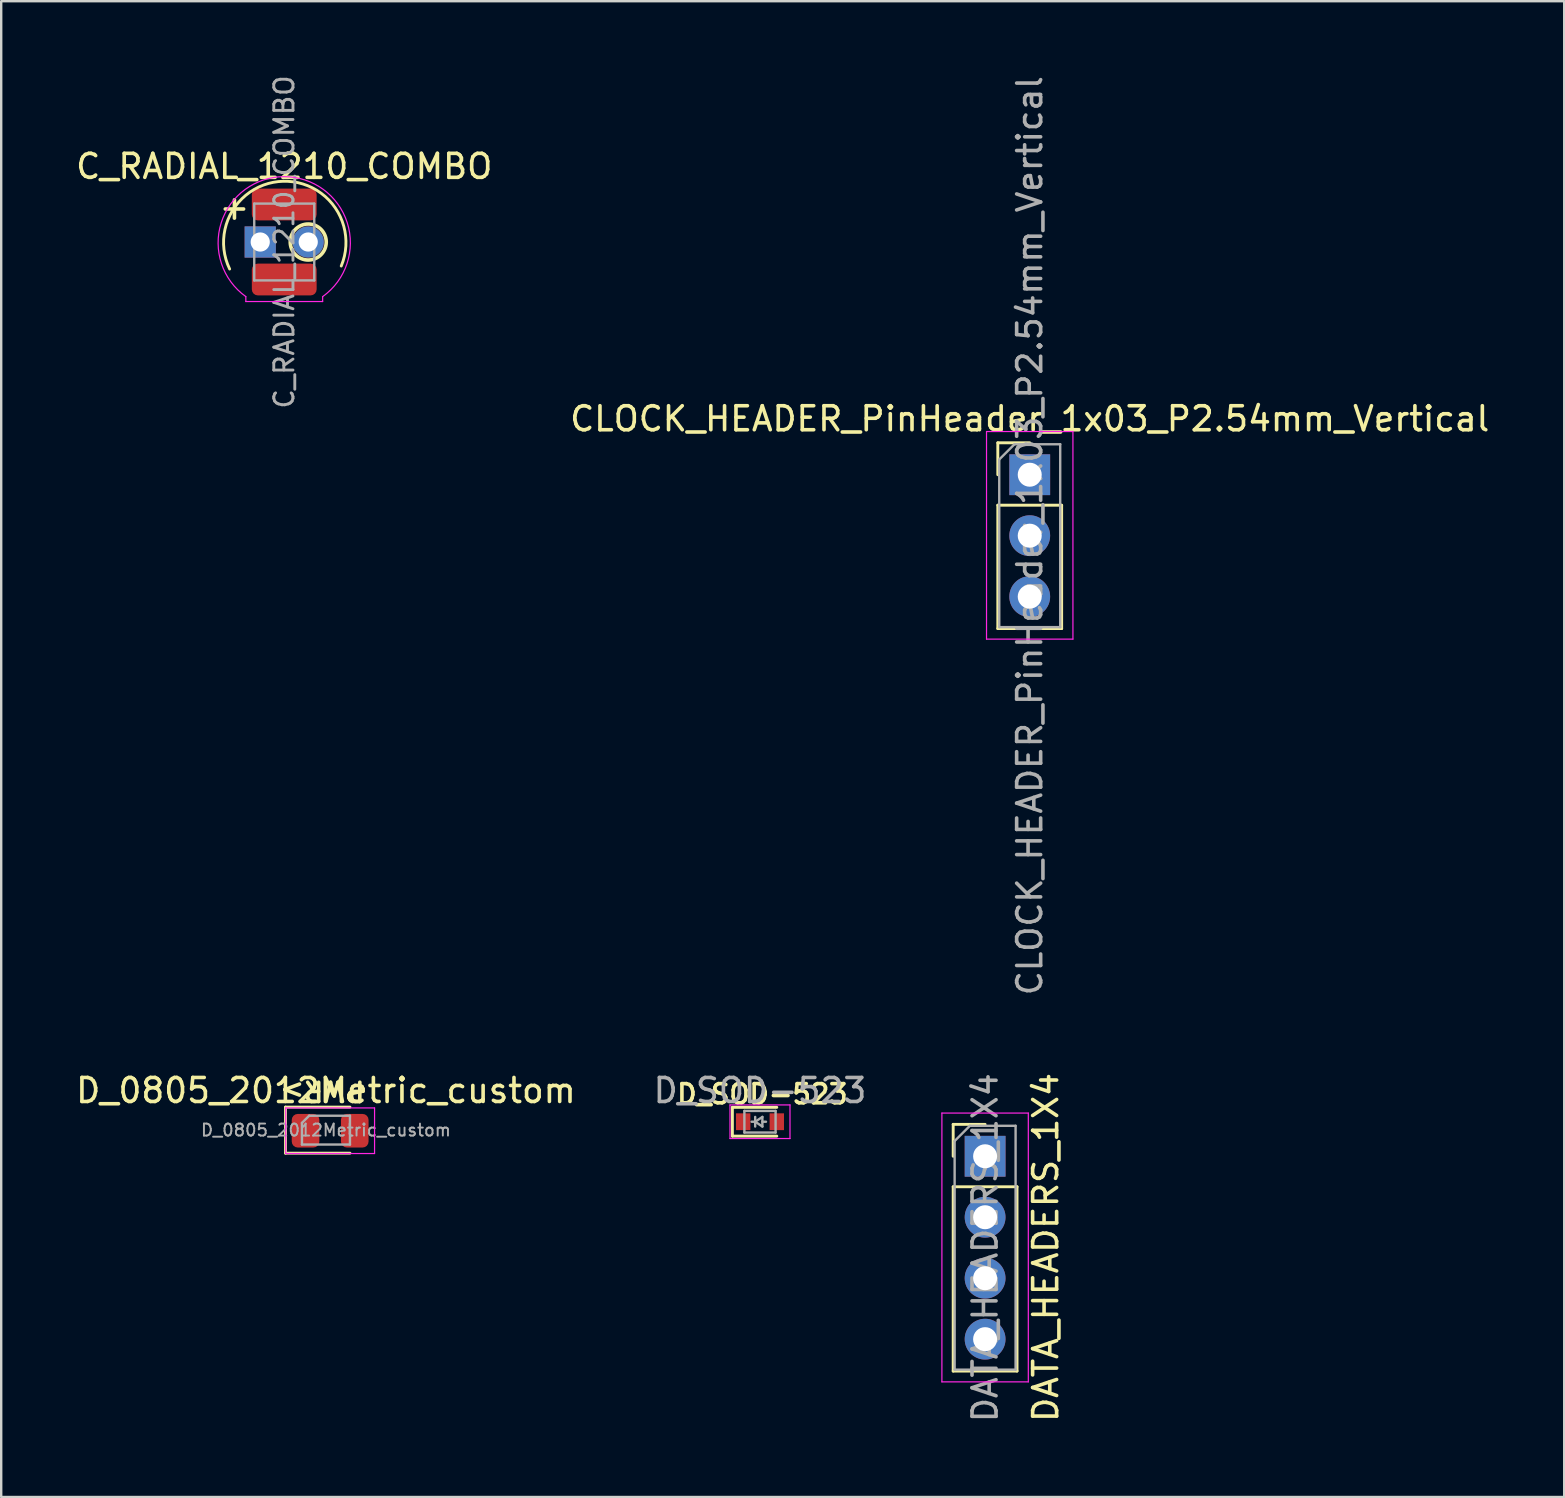
<source format=kicad_pcb>
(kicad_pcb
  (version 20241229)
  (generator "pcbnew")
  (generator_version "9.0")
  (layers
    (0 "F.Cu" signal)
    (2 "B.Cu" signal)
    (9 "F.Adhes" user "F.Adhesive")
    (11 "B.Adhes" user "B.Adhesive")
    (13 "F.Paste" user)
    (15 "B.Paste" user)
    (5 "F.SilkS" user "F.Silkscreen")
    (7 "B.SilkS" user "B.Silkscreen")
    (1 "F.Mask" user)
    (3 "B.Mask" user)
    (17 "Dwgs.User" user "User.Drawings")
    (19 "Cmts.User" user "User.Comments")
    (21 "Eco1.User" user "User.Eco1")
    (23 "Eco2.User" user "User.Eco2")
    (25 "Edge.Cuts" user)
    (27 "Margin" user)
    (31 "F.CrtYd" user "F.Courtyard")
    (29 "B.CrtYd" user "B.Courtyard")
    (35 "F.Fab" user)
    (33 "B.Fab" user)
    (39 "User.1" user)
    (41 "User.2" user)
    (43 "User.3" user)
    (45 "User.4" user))
  (footprint "D_SOD-523"
    (layer "F.Cu")
    (at 28.613 43.684)
    (property "Reference" "D_SOD-523" (at 0.1 -1.15 0) (layer "F.SilkS") (effects (font (size 0.8 0.8) (thickness 0.15))))
    (attr smd)
    (fp_line (start -1.15 -0.6) (end -1.15 0.6) (stroke (width 0.12) (type solid)) (layer "F.SilkS"))
    (fp_line (start 0.7 -0.6) (end -1.15 -0.6) (stroke (width 0.12) (type solid)) (layer "F.SilkS"))
    (fp_line (start 0.7 0.6) (end -1.15 0.6) (stroke (width 0.12) (type solid)) (layer "F.SilkS"))
    (fp_line (start -1.25 -0.7) (end 1.25 -0.7) (stroke (width 0.05) (type solid)) (layer "F.CrtYd"))
    (fp_line (start -1.25 0.7) (end -1.25 -0.7) (stroke (width 0.05) (type solid)) (layer "F.CrtYd"))
    (fp_line (start 1.25 -0.7) (end 1.25 0.7) (stroke (width 0.05) (type solid)) (layer "F.CrtYd"))
    (fp_line (start 1.25 0.7) (end -1.25 0.7) (stroke (width 0.05) (type solid)) (layer "F.CrtYd"))
    (fp_line (start -0.65 -0.45) (end 0.65 -0.45) (stroke (width 0.1) (type solid)) (layer "F.Fab"))
    (fp_line (start -0.65 0.45) (end -0.65 -0.45) (stroke (width 0.1) (type solid)) (layer "F.Fab"))
    (fp_line (start -0.2 0) (end -0.35 0) (stroke (width 0.1) (type solid)) (layer "F.Fab"))
    (fp_line (start -0.2 0) (end 0.1 0.2) (stroke (width 0.1) (type solid)) (layer "F.Fab"))
    (fp_line (start -0.2 0.2) (end -0.2 -0.2) (stroke (width 0.1) (type solid)) (layer "F.Fab"))
    (fp_line (start 0.1 -0.2) (end -0.2 0) (stroke (width 0.1) (type solid)) (layer "F.Fab"))
    (fp_line (start 0.1 0) (end 0.25 0) (stroke (width 0.1) (type solid)) (layer "F.Fab"))
    (fp_line (start 0.1 0.2) (end 0.1 -0.2) (stroke (width 0.1) (type solid)) (layer "F.Fab"))
    (fp_line (start 0.65 -0.45) (end 0.65 0.45) (stroke (width 0.1) (type solid)) (layer "F.Fab"))
    (fp_line (start 0.65 0.45) (end -0.65 0.45) (stroke (width 0.1) (type solid)) (layer "F.Fab"))
    (fp_text user "${REFERENCE}" (at 0 -1.3 0) (layer "F.Fab") (effects (font (size 1 1) (thickness 0.15))))
    (pad "1" smd rect (at -0.7 0 180) (size 0.6 0.7) (layers "F.Cu" "F.Mask" "F.Paste"))
    (pad "2" smd rect (at 0.7 0 180) (size 0.6 0.7) (layers "F.Cu" "F.Mask" "F.Paste")))
  (footprint "DATA_HEADERS_1X4"
    (layer "F.Cu")
    (at 37.992 45.123)
    (property "Reference" "DATA_HEADERS_1X4" (at 2.525 3.8 270) (layer "F.SilkS") (effects (font (size 1 1) (thickness 0.15))))
    (attr through_hole exclude_from_bom)
    (fp_line (start -1.33 -1.33) (end 0 -1.33) (stroke (width 0.12) (type solid)) (layer "F.SilkS"))
    (fp_line (start -1.33 0) (end -1.33 -1.33) (stroke (width 0.12) (type solid)) (layer "F.SilkS"))
    (fp_line (start -1.33 1.27) (end -1.33 8.95) (stroke (width 0.12) (type solid)) (layer "F.SilkS"))
    (fp_line (start -1.33 1.27) (end 1.33 1.27) (stroke (width 0.12) (type solid)) (layer "F.SilkS"))
    (fp_line (start -1.33 8.95) (end 1.33 8.95) (stroke (width 0.12) (type solid)) (layer "F.SilkS"))
    (fp_line (start 1.33 1.27) (end 1.33 8.95) (stroke (width 0.12) (type solid)) (layer "F.SilkS"))
    (fp_line (start -1.8 -1.8) (end -1.8 9.4) (stroke (width 0.05) (type solid)) (layer "F.CrtYd"))
    (fp_line (start -1.8 9.4) (end 1.8 9.4) (stroke (width 0.05) (type solid)) (layer "F.CrtYd"))
    (fp_line (start 1.8 -1.8) (end -1.8 -1.8) (stroke (width 0.05) (type solid)) (layer "F.CrtYd"))
    (fp_line (start 1.8 9.4) (end 1.8 -1.8) (stroke (width 0.05) (type solid)) (layer "F.CrtYd"))
    (fp_line (start -1.27 -0.635) (end -0.635 -1.27) (stroke (width 0.1) (type solid)) (layer "F.Fab"))
    (fp_line (start -1.27 8.89) (end -1.27 -0.635) (stroke (width 0.1) (type solid)) (layer "F.Fab"))
    (fp_line (start -0.635 -1.27) (end 1.27 -1.27) (stroke (width 0.1) (type solid)) (layer "F.Fab"))
    (fp_line (start 1.27 -1.27) (end 1.27 8.89) (stroke (width 0.1) (type solid)) (layer "F.Fab"))
    (fp_line (start 1.27 8.89) (end -1.27 8.89) (stroke (width 0.1) (type solid)) (layer "F.Fab"))
    (fp_text user "${REFERENCE}" (at 0 3.81 270) (layer "F.Fab") (effects (font (size 1 1) (thickness 0.15))))
    (pad "1" thru_hole rect (at 0 0) (size 1.7 1.7) (drill 1) (layers "*.Cu" "*.Mask"))
    (pad "2" thru_hole oval (at 0 2.54) (size 1.7 1.7) (drill 1) (layers "*.Cu" "*.Mask"))
    (pad "3" thru_hole oval (at 0 5.08) (size 1.7 1.7) (drill 1) (layers "*.Cu" "*.Mask"))
    (pad "4" thru_hole oval (at 0 7.62) (size 1.7 1.7) (drill 1) (layers "*.Cu" "*.Mask")))
  (footprint "CLOCK_HEADER_PinHeader_1x03_P2.54mm_Vertical"
    (layer "F.Cu")
    (at 39.851 16.728)
    (property "Reference" "CLOCK_HEADER_PinHeader_1x03_P2.54mm_Vertical" (at 0 -2.33 0) (layer "F.SilkS") (effects (font (size 1 1) (thickness 0.15))))
    (attr through_hole)
    (fp_line (start -1.33 -1.33) (end 0 -1.33) (stroke (width 0.12) (type solid)) (layer "F.SilkS"))
    (fp_line (start -1.33 0) (end -1.33 -1.33) (stroke (width 0.12) (type solid)) (layer "F.SilkS"))
    (fp_line (start -1.33 1.27) (end -1.33 6.41) (stroke (width 0.12) (type solid)) (layer "F.SilkS"))
    (fp_line (start -1.33 1.27) (end 1.33 1.27) (stroke (width 0.12) (type solid)) (layer "F.SilkS"))
    (fp_line (start -1.33 6.41) (end 1.33 6.41) (stroke (width 0.12) (type solid)) (layer "F.SilkS"))
    (fp_line (start 1.33 1.27) (end 1.33 6.41) (stroke (width 0.12) (type solid)) (layer "F.SilkS"))
    (fp_line (start -1.8 -1.8) (end -1.8 6.85) (stroke (width 0.05) (type solid)) (layer "F.CrtYd"))
    (fp_line (start -1.8 6.85) (end 1.8 6.85) (stroke (width 0.05) (type solid)) (layer "F.CrtYd"))
    (fp_line (start 1.8 -1.8) (end -1.8 -1.8) (stroke (width 0.05) (type solid)) (layer "F.CrtYd"))
    (fp_line (start 1.8 6.85) (end 1.8 -1.8) (stroke (width 0.05) (type solid)) (layer "F.CrtYd"))
    (fp_line (start -1.27 -0.635) (end -0.635 -1.27) (stroke (width 0.1) (type solid)) (layer "F.Fab"))
    (fp_line (start -1.27 6.35) (end -1.27 -0.635) (stroke (width 0.1) (type solid)) (layer "F.Fab"))
    (fp_line (start -0.635 -1.27) (end 1.27 -1.27) (stroke (width 0.1) (type solid)) (layer "F.Fab"))
    (fp_line (start 1.27 -1.27) (end 1.27 6.35) (stroke (width 0.1) (type solid)) (layer "F.Fab"))
    (fp_line (start 1.27 6.35) (end -1.27 6.35) (stroke (width 0.1) (type solid)) (layer "F.Fab"))
    (fp_text user "${REFERENCE}" (at 0 2.54 270) (layer "F.Fab") (effects (font (size 1 1) (thickness 0.15))))
    (pad "1" thru_hole rect (at 0 0) (size 1.7 1.7) (drill 1) (layers "*.Cu" "*.Mask"))
    (pad "2" thru_hole oval (at 0 2.54) (size 1.7 1.7) (drill 1) (layers "*.Cu" "*.Mask"))
    (pad "3" thru_hole oval (at 0 5.08) (size 1.7 1.7) (drill 1) (layers "*.Cu" "*.Mask")))
  (footprint "D_0805_2012Metric_custom"
    (layer "F.Cu")
    (at 10.53 44.034)
    (property "Reference" "D_0805_2012Metric_custom" (at 0 -1.65 180) (layer "F.SilkS") (effects (font (size 1 1) (thickness 0.15))))
    (attr smd)
    (fp_line (start -1.685 -0.96) (end -1.685 0.96) (stroke (width 0.12) (type solid)) (layer "F.SilkS"))
    (fp_line (start -1.685 0.96) (end 1 0.96) (stroke (width 0.12) (type solid)) (layer "F.SilkS"))
    (fp_line (start 1 -0.96) (end -1.685 -0.96) (stroke (width 0.12) (type solid)) (layer "F.SilkS"))
    (fp_line (start -1.675 -0.925) (end 2.025 -0.925) (stroke (width 0.05) (type solid)) (layer "F.CrtYd"))
    (fp_line (start -1.675 0.975) (end -1.675 -0.925) (stroke (width 0.05) (type solid)) (layer "F.CrtYd"))
    (fp_line (start 2.025 -0.925) (end 2.025 0.975) (stroke (width 0.05) (type solid)) (layer "F.CrtYd"))
    (fp_line (start 2.025 0.975) (end -1.675 0.975) (stroke (width 0.05) (type solid)) (layer "F.CrtYd"))
    (fp_line (start -1 -0.3) (end -1 0.6) (stroke (width 0.1) (type solid)) (layer "F.Fab"))
    (fp_line (start -1 0.6) (end 1 0.6) (stroke (width 0.1) (type solid)) (layer "F.Fab"))
    (fp_line (start -0.7 -0.6) (end -1 -0.3) (stroke (width 0.1) (type solid)) (layer "F.Fab"))
    (fp_line (start 1 -0.6) (end -0.7 -0.6) (stroke (width 0.1) (type solid)) (layer "F.Fab"))
    (fp_line (start 1 0.6) (end 1 -0.6) (stroke (width 0.1) (type solid)) (layer "F.Fab"))
    (fp_text user "PWR>" (at 1.7 -2.1 180) (unlocked yes) (layer "F.SilkS") (effects (font (size 0.8 0.8) (thickness 0.15)) (justify left bottom)))
    (fp_text user "${REFERENCE}" (at 0 0 180) (layer "F.Fab") (effects (font (size 0.5 0.5) (thickness 0.08))))
    (pad "1" smd roundrect (at -0.85 0.025) (size 1.15 1.4) (layers "F.Cu" "F.Mask" "F.Paste") (roundrect_rratio 0.217))
    (pad "2" smd roundrect (at 1.2 0.025) (size 1.15 1.4) (layers "F.Cu" "F.Mask" "F.Paste") (roundrect_rratio 0.217)))
  (footprint "C_RADIAL_1210_COMBO"
    (layer "F.Cu")
    (at 8.792 7.033)
    (property "Reference" "C_RADIAL_1210_COMBO" (at 0 -3.15 0) (layer "F.SilkS") (effects (font (size 1 1) (thickness 0.15))))
    (attr through_hole)
    (fp_arc (start -2.275 1.125) (mid -0.046598 -2.530937) (end 2.375 1) (stroke (width 0.12) (type solid)) (layer "F.SilkS"))
    (fp_circle (center 1 0) (end 1 -0.75) (stroke (width 0.15) (type solid)) (fill no) (layer "F.SilkS"))
    (fp_line (start -1.6 2.48) (end -1.6 2.275) (stroke (width 0.05) (type solid)) (layer "F.CrtYd"))
    (fp_line (start 1.6 2.275) (end 1.6 2.48) (stroke (width 0.05) (type solid)) (layer "F.CrtYd"))
    (fp_line (start 1.6 2.48) (end -1.6 2.48) (stroke (width 0.05) (type solid)) (layer "F.CrtYd"))
    (fp_arc (start -1.6 2.275) (mid 0 -2.723012) (end 1.6 2.275) (stroke (width 0.05) (type solid)) (layer "F.CrtYd"))
    (fp_line (start -1.25 -1.6) (end 1.25 -1.6) (stroke (width 0.1) (type solid)) (layer "F.Fab"))
    (fp_line (start -1.25 1.6) (end -1.25 -1.6) (stroke (width 0.1) (type solid)) (layer "F.Fab"))
    (fp_line (start 1.25 -1.6) (end 1.25 1.6) (stroke (width 0.1) (type solid)) (layer "F.Fab"))
    (fp_line (start 1.25 1.6) (end -1.25 1.6) (stroke (width 0.1) (type solid)) (layer "F.Fab"))
    (fp_text user "+" (at -2.075 -1.45 0) (unlocked yes) (layer "F.SilkS") (effects (font (size 1 1) (thickness 0.15))))
    (fp_text user "${REFERENCE}" (at 0 0 90) (layer "F.Fab") (effects (font (size 0.8 0.8) (thickness 0.12))))
    (pad "1" thru_hole rect (at -1 0) (size 1.3 1.3) (drill 0.8) (layers "*.Cu" "*.Mask"))
    (pad "1" smd roundrect (at 0 -1.562 270) (size 1.325 2.7) (layers "F.Cu" "F.Mask" "F.Paste") (roundrect_rratio 0.189))
    (pad "2" smd roundrect (at 0 1.562 270) (size 1.325 2.7) (layers "F.Cu" "F.Mask" "F.Paste") (roundrect_rratio 0.189))
    (pad "2" thru_hole circle (at 1 0) (size 1.3 1.3) (drill 0.8) (layers "*.Cu" "*.Mask")))
  (gr_rect
    (start -3 -3)
    (end 62.119 59.32)
    (stroke (width 0.1) (type default))
    (fill no)
    (layer "Edge.Cuts")))
</source>
